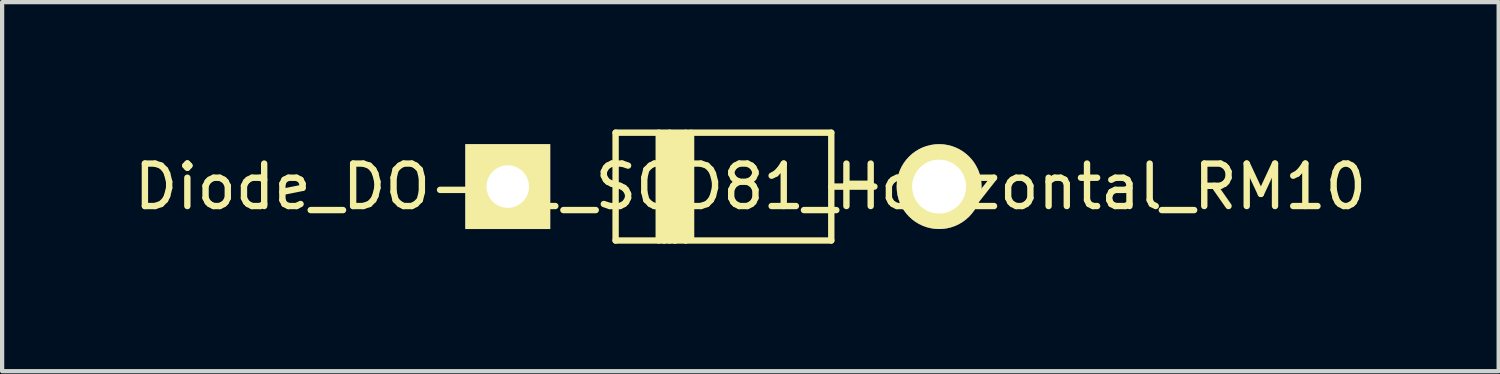
<source format=kicad_pcb>
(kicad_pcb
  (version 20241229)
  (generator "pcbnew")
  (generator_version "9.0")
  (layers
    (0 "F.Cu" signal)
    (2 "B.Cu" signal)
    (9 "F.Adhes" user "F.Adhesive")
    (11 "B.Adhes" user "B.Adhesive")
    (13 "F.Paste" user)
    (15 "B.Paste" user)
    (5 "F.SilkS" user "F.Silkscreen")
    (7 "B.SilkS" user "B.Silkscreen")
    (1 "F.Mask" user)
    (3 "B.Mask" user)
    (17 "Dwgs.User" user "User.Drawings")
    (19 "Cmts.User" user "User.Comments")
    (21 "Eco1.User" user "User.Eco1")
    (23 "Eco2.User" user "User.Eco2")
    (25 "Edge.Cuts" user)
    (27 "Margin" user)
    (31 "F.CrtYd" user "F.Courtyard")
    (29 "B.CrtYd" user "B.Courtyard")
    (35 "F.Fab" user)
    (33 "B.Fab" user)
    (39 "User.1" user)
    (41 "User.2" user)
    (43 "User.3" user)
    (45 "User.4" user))
  (footprint "Diode_DO-41_SOD81_Horizontal_RM10"
    (layer "F.Cu")
    (at 13.99 1.348)
    (property "Reference" "Diode_DO-41_SOD81_Horizontal_RM10" (at 0.635 0 0) (layer "F.SilkS") (effects (font (size 1 1) (thickness 0.15))))
    (attr through_hole)
    (fp_line (start -2.54 -1.273) (end 2.54 -1.273) (stroke (width 0.15) (type solid)) (layer "F.SilkS"))
    (fp_line (start -2.54 1.267) (end -2.54 -1.273) (stroke (width 0.15) (type solid)) (layer "F.SilkS"))
    (fp_line (start -1.524 -1.273) (end -1.524 1.267) (stroke (width 0.15) (type solid)) (layer "F.SilkS"))
    (fp_line (start -1.397 -1.206) (end -1.397 1.206) (stroke (width 0.15) (type solid)) (layer "F.SilkS"))
    (fp_line (start -1.397 1.206) (end -1.397 1.27) (stroke (width 0.15) (type solid)) (layer "F.SilkS"))
    (fp_line (start -1.27 -1.273) (end -1.27 1.267) (stroke (width 0.15) (type solid)) (layer "F.SilkS"))
    (fp_line (start -1.143 1.27) (end -1.143 -1.206) (stroke (width 0.15) (type solid)) (layer "F.SilkS"))
    (fp_line (start -1.016 -1.206) (end -1.016 1.206) (stroke (width 0.15) (type solid)) (layer "F.SilkS"))
    (fp_line (start -0.889 1.27) (end -0.889 -1.27) (stroke (width 0.15) (type solid)) (layer "F.SilkS"))
    (fp_line (start -0.762 -1.27) (end -0.762 1.206) (stroke (width 0.15) (type solid)) (layer "F.SilkS"))
    (fp_line (start 2.54 -1.273) (end 2.54 1.267) (stroke (width 0.15) (type solid)) (layer "F.SilkS"))
    (fp_line (start 2.54 -0.003) (end 3.556 -0.003) (stroke (width 0.15) (type solid)) (layer "F.SilkS"))
    (fp_line (start 2.54 1.267) (end -2.54 1.267) (stroke (width 0.15) (type solid)) (layer "F.SilkS"))
    (pad "1" thru_hole rect (at -5.08 -0.003 180) (size 1.999 1.999) (drill 1.001) (layers "*.Cu" "*.Mask" "F.SilkS"))
    (pad "2" thru_hole circle (at 5.08 -0.003 180) (size 1.999 1.999) (drill 1.27) (layers "*.Cu" "*.Mask" "F.SilkS")))
  (gr_rect
    (start -3 -3)
    (end 32.25 5.693)
    (stroke (width 0.1) (type default))
    (fill no)
    (layer "Edge.Cuts")))
</source>
